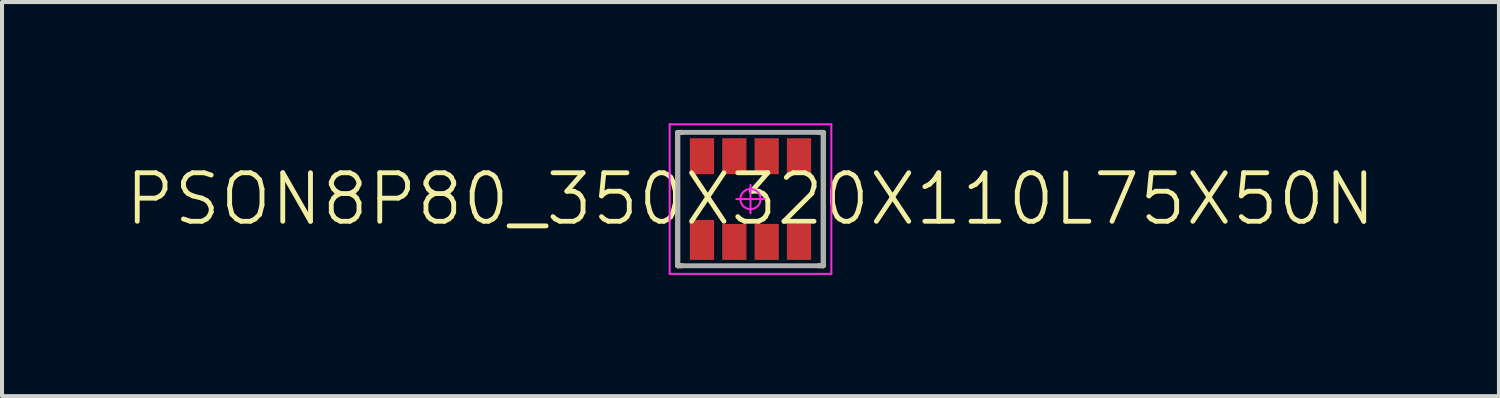
<source format=kicad_pcb>
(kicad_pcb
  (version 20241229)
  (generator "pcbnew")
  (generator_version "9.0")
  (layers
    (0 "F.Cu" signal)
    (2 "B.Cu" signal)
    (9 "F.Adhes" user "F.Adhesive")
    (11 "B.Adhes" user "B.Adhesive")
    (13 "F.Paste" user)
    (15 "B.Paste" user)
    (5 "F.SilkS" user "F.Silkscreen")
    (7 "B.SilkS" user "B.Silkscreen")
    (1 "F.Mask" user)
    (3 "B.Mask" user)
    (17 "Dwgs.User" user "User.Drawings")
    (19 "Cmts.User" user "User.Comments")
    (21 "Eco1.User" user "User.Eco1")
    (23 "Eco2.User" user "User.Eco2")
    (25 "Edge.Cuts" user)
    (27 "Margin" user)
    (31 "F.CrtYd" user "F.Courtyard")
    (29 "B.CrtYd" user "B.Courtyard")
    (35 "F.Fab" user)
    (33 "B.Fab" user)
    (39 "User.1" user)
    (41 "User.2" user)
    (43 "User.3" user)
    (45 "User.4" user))
  (footprint "PSON8P80_350X320X110L75X50N"
    (layer "F.Cu")
    (at 15.517 1.875)
    (property "Reference" "PSON8P80_350X320X110L75X50N" (at 0 0 0) (layer "F.SilkS") (effects (font (size 1.2 1.2) (thickness 0.12))))
    (attr smd)
    (fp_line (start -1.8 -1.65) (end -1.68 -1.65) (stroke (width 0.12) (type solid)) (layer "F.SilkS"))
    (fp_line (start -1.8 1.65) (end -1.8 -1.65) (stroke (width 0.12) (type solid)) (layer "F.SilkS"))
    (fp_line (start -1.68 1.65) (end -1.8 1.65) (stroke (width 0.12) (type solid)) (layer "F.SilkS"))
    (fp_line (start 1.68 1.65) (end 1.8 1.65) (stroke (width 0.12) (type solid)) (layer "F.SilkS"))
    (fp_line (start 1.8 -1.65) (end 1.68 -1.65) (stroke (width 0.12) (type solid)) (layer "F.SilkS"))
    (fp_line (start 1.8 1.65) (end 1.8 -1.65) (stroke (width 0.12) (type solid)) (layer "F.SilkS"))
    (fp_line (start -2 -1.85) (end -2 1.85) (stroke (width 0.05) (type solid)) (layer "F.CrtYd"))
    (fp_line (start -2 1.85) (end 2 1.85) (stroke (width 0.05) (type solid)) (layer "F.CrtYd"))
    (fp_line (start -0.35 0) (end 0.35 0) (stroke (width 0.05) (type solid)) (layer "F.CrtYd"))
    (fp_line (start 0 -0.35) (end 0 0.35) (stroke (width 0.05) (type solid)) (layer "F.CrtYd"))
    (fp_line (start 2 -1.85) (end -2 -1.85) (stroke (width 0.05) (type solid)) (layer "F.CrtYd"))
    (fp_line (start 2 1.85) (end 2 -1.85) (stroke (width 0.05) (type solid)) (layer "F.CrtYd"))
    (fp_circle (center 0 0) (end 0 0.25) (stroke (width 0.05) (type solid)) (fill no) (layer "F.CrtYd"))
    (fp_line (start -1.8 -1.65) (end 1.8 -1.65) (stroke (width 0.12) (type solid)) (layer "F.Fab"))
    (fp_line (start -1.8 1.65) (end -1.8 -1.65) (stroke (width 0.12) (type solid)) (layer "F.Fab"))
    (fp_line (start 1.8 -1.65) (end 1.8 1.65) (stroke (width 0.12) (type solid)) (layer "F.Fab"))
    (fp_line (start 1.8 1.65) (end -1.8 1.65) (stroke (width 0.12) (type solid)) (layer "F.Fab"))
    (pad "1" smd rect (at -1.2 1.01 90) (size 0.99 0.6) (layers "F.Cu" "F.Mask" "F.Paste"))
    (pad "2" smd rect (at -0.4 1.06 90) (size 0.89 0.6) (layers "F.Cu" "F.Mask" "F.Paste"))
    (pad "3" smd rect (at 0.4 1.06 90) (size 0.89 0.6) (layers "F.Cu" "F.Mask" "F.Paste"))
    (pad "4" smd rect (at 1.2 1.06 90) (size 0.89 0.6) (layers "F.Cu" "F.Mask" "F.Paste"))
    (pad "5" smd rect (at 1.2 -1.06 90) (size 0.89 0.6) (layers "F.Cu" "F.Mask" "F.Paste"))
    (pad "6" smd rect (at 0.4 -1.06 90) (size 0.89 0.6) (layers "F.Cu" "F.Mask" "F.Paste"))
    (pad "7" smd rect (at -0.4 -1.06 90) (size 0.89 0.6) (layers "F.Cu" "F.Mask" "F.Paste"))
    (pad "8" smd rect (at -1.2 -1.06 90) (size 0.89 0.6) (layers "F.Cu" "F.Mask" "F.Paste")))
  (gr_rect
    (start -3 -3)
    (end 34.034 6.75)
    (stroke (width 0.1) (type default))
    (fill no)
    (layer "Edge.Cuts")))
</source>
